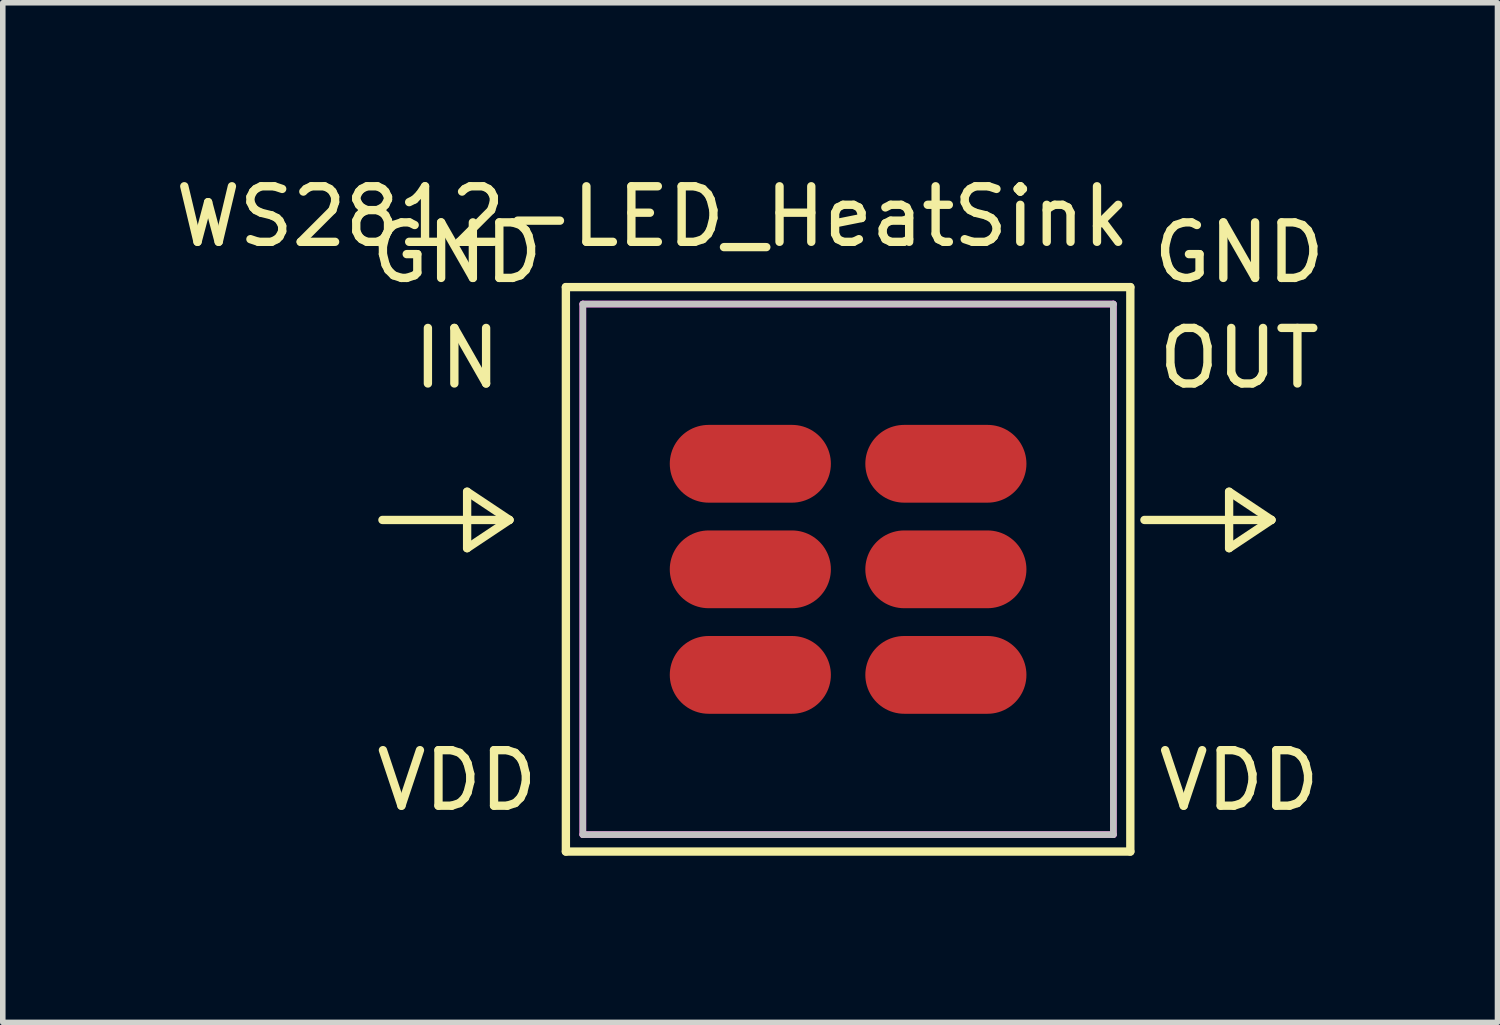
<source format=kicad_pcb>
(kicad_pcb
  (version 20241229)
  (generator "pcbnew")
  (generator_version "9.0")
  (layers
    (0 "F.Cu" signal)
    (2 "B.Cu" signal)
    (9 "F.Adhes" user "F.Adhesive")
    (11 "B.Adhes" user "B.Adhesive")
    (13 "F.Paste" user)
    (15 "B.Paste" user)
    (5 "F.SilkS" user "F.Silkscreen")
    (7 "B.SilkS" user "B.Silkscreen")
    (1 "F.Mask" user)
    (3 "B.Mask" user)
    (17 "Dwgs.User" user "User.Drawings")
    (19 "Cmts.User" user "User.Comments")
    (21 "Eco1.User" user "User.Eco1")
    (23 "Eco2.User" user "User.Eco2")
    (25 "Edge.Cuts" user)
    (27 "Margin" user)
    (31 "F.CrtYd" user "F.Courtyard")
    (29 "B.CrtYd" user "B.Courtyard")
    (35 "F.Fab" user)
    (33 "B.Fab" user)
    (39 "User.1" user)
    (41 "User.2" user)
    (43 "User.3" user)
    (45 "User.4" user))
  (footprint "WS2812-LED_HeatSink"
    (layer "F.Cu")
    (at 12.216 7.198)
    (property "Reference" "WS2812-LED_HeatSink" (at -3.52 -6.35 0) (layer "F.SilkS") (effects (font (size 1 1) (thickness 0.15))))
    (attr through_hole)
    (fp_line (start -8.382 -0.889) (end -6.096 -0.889) (stroke (width 0.15) (type solid)) (layer "F.SilkS"))
    (fp_line (start -6.858 -1.397) (end -6.858 -0.381) (stroke (width 0.15) (type solid)) (layer "F.SilkS"))
    (fp_line (start -6.858 -0.381) (end -6.096 -0.889) (stroke (width 0.15) (type solid)) (layer "F.SilkS"))
    (fp_line (start -6.096 -0.889) (end -6.858 -1.397) (stroke (width 0.15) (type solid)) (layer "F.SilkS"))
    (fp_line (start -5.08 -5.08) (end 5.08 -5.08) (stroke (width 0.15) (type solid)) (layer "F.SilkS"))
    (fp_line (start -5.08 5.08) (end -5.08 -5.08) (stroke (width 0.15) (type solid)) (layer "F.SilkS"))
    (fp_line (start 5.08 -5.08) (end 5.08 5.08) (stroke (width 0.15) (type solid)) (layer "F.SilkS"))
    (fp_line (start 5.08 5.08) (end -5.08 5.08) (stroke (width 0.15) (type solid)) (layer "F.SilkS"))
    (fp_line (start 5.334 -0.889) (end 7.62 -0.889) (stroke (width 0.15) (type solid)) (layer "F.SilkS"))
    (fp_line (start 6.858 -1.397) (end 6.858 -0.381) (stroke (width 0.15) (type solid)) (layer "F.SilkS"))
    (fp_line (start 6.858 -0.381) (end 7.62 -0.889) (stroke (width 0.15) (type solid)) (layer "F.SilkS"))
    (fp_line (start 7.62 -0.889) (end 6.858 -1.397) (stroke (width 0.15) (type solid)) (layer "F.SilkS"))
    (fp_line (start -4.775 -4.775) (end 4.775 -4.775) (stroke (width 0.12) (type solid)) (layer "Dwgs.User"))
    (fp_line (start -4.775 4.775) (end -4.775 -4.775) (stroke (width 0.12) (type solid)) (layer "Dwgs.User"))
    (fp_line (start 4.775 -4.775) (end 4.775 4.775) (stroke (width 0.12) (type solid)) (layer "Dwgs.User"))
    (fp_line (start 4.775 4.775) (end -4.775 4.775) (stroke (width 0.12) (type solid)) (layer "Dwgs.User"))
    (fp_line (start -4.775 -4.775) (end 4.775 -4.775) (stroke (width 0.12) (type solid)) (layer "F.CrtYd"))
    (fp_line (start -4.775 4.775) (end -4.775 -4.775) (stroke (width 0.12) (type solid)) (layer "F.CrtYd"))
    (fp_line (start 4.775 -4.775) (end 4.775 4.775) (stroke (width 0.12) (type solid)) (layer "F.CrtYd"))
    (fp_line (start 4.775 4.775) (end -4.775 4.775) (stroke (width 0.12) (type solid)) (layer "F.CrtYd"))
    (fp_text user "OUT" (at 7.04 -3.8 0) (layer "F.SilkS") (effects (font (size 1 1) (thickness 0.15))))
    (fp_text user "GND" (at 7.04 -5.7 0) (layer "F.SilkS") (effects (font (size 1 1) (thickness 0.15))))
    (fp_text user "VDD" (at -7.04 3.8 0) (layer "F.SilkS") (effects (font (size 1 1) (thickness 0.15))))
    (fp_text user "IN" (at -7.04 -3.8 0) (layer "F.SilkS") (effects (font (size 1 1) (thickness 0.15))))
    (fp_text user "VDD" (at 7.04 3.8 0) (layer "F.SilkS") (effects (font (size 1 1) (thickness 0.15))))
    (fp_text user "GND" (at -7.04 -5.7 0) (layer "F.SilkS") (effects (font (size 1 1) (thickness 0.15))))
    (pad "1" smd oval (at -1.76 -1.9) (size 2.9 1.4) (layers "F.Cu" "F.Mask" "F.Paste"))
    (pad "2" smd oval (at -1.76 0) (size 2.9 1.4) (layers "F.Cu" "F.Mask" "F.Paste"))
    (pad "3" smd oval (at -1.76 1.9) (size 2.9 1.4) (layers "F.Cu" "F.Mask" "F.Paste"))
    (pad "4" smd oval (at 1.76 -1.9) (size 2.9 1.4) (layers "F.Cu" "F.Mask" "F.Paste"))
    (pad "5" smd oval (at 1.76 0) (size 2.9 1.4) (layers "F.Cu" "F.Mask" "F.Paste"))
    (pad "6" smd oval (at 1.76 1.9) (size 2.9 1.4) (layers "F.Cu" "F.Mask" "F.Paste")))
  (gr_rect
    (start -3 -3)
    (end 23.905 15.353)
    (stroke (width 0.1) (type default))
    (fill no)
    (layer "Edge.Cuts")))
</source>
